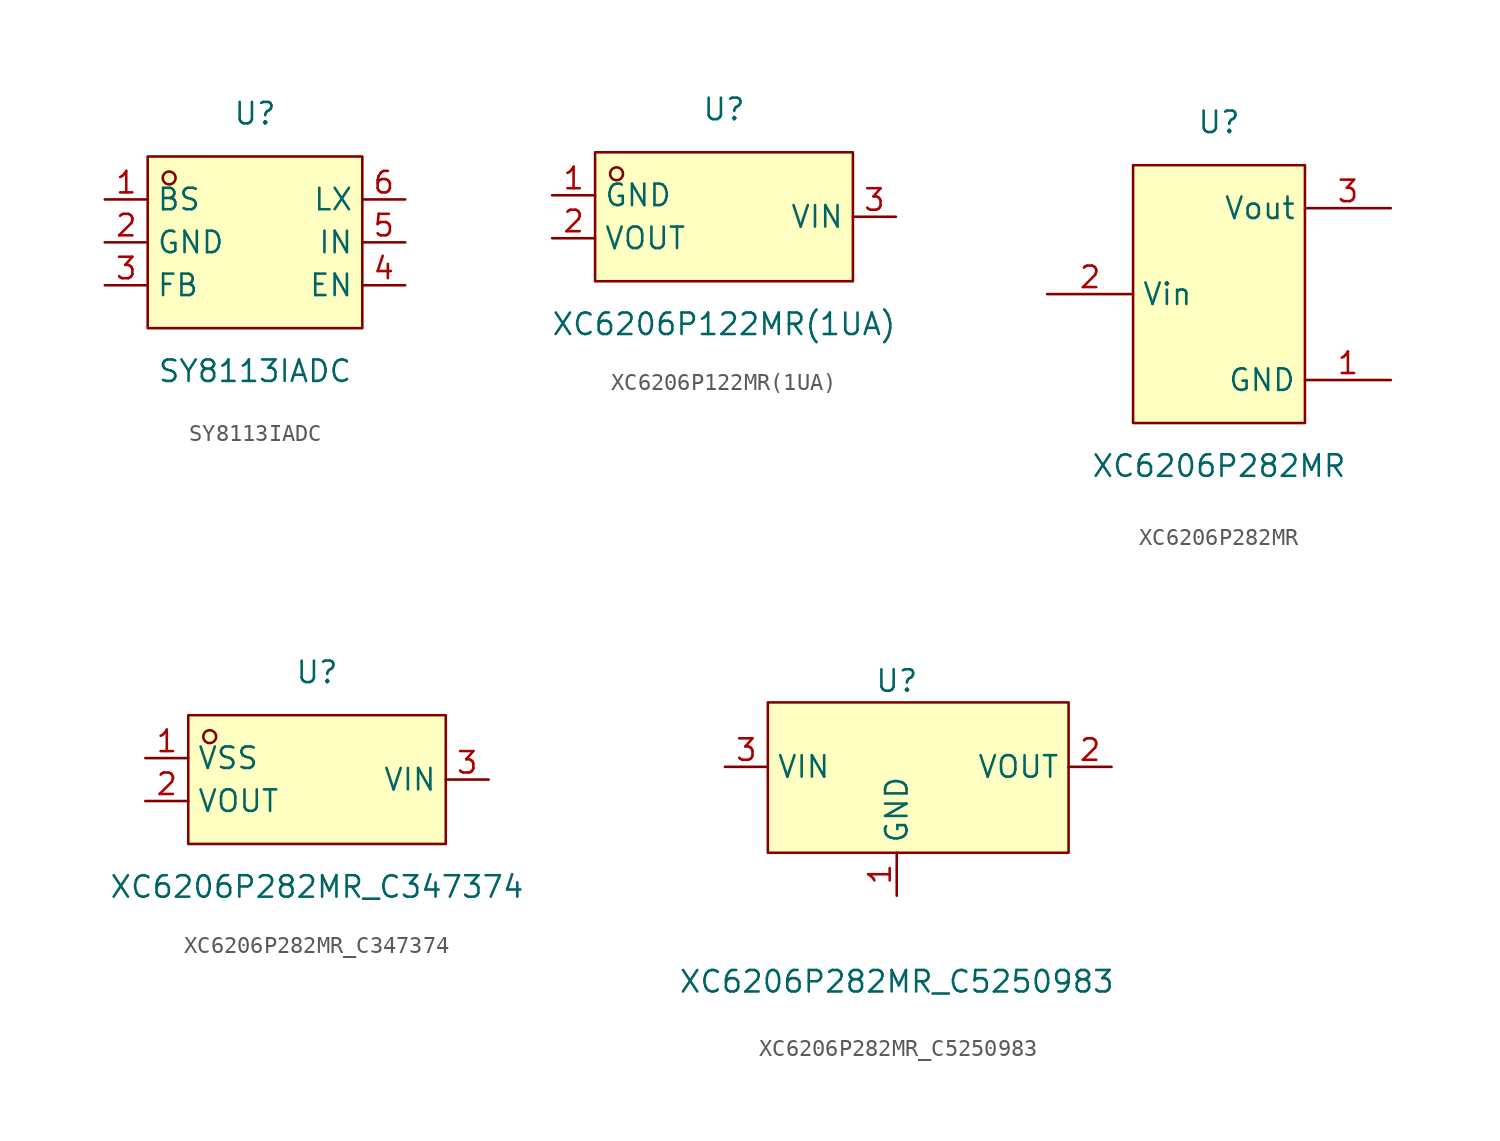
<source format=kicad_sym>
(kicad_symbol_lib
  (version 20211014)
  (generator https://github.com/uPesy/easyeda2kicad.py)
  (symbol "SY8113IADC"
    (property "Reference" "U"
      (at 0 7.62 0)
      (effects (font (size 1.27 1.27))))
    (property "Value" "SY8113IADC"
      (at 0 -7.62 0)
      (effects (font (size 1.27 1.27))))
    (symbol "SY8113IADC_0_1"
      (rectangle (start -6.35 5.08) (end 6.35 -5.08) (stroke (width 0) (type default) (color 0 0 0 0)) (fill (type background)))
      (circle (center -5.08 3.81) (radius 0.38) (stroke (width 0) (type default) (color 0 0 0 0)) (fill (type none)))
      (pin unspecified line (at -8.89 2.54 0) (length 2.54) (name "BS" (effects (font (size 1.27 1.27)))) (number "1" (effects (font (size 1.27 1.27)))))
      (pin unspecified line (at -8.89 -0.00 0) (length 2.54) (name "GND" (effects (font (size 1.27 1.27)))) (number "2" (effects (font (size 1.27 1.27)))))
      (pin unspecified line (at -8.89 -2.54 0) (length 2.54) (name "FB" (effects (font (size 1.27 1.27)))) (number "3" (effects (font (size 1.27 1.27)))))
      (pin unspecified line (at 8.89 -2.54 180) (length 2.54) (name "EN" (effects (font (size 1.27 1.27)))) (number "4" (effects (font (size 1.27 1.27)))))
      (pin unspecified line (at 8.89 -0.00 180) (length 2.54) (name "IN" (effects (font (size 1.27 1.27)))) (number "5" (effects (font (size 1.27 1.27)))))
      (pin unspecified line (at 8.89 2.54 180) (length 2.54) (name "LX" (effects (font (size 1.27 1.27)))) (number "6" (effects (font (size 1.27 1.27)))))))
  (symbol "XC6206P122MR(1UA)"
    (property "Reference" "U"
      (at 0 6.35 0)
      (effects (font (size 1.27 1.27))))
    (property "Value" "XC6206P122MR(1UA)"
      (at 0 -6.35 0)
      (effects (font (size 1.27 1.27))))
    (symbol "XC6206P122MR(1UA)_0_1"
      (rectangle (start -7.62 3.81) (end 7.62 -3.81) (stroke (width 0) (type default) (color 0 0 0 0)) (fill (type background)))
      (circle (center -6.35 2.54) (radius 0.38) (stroke (width 0) (type default) (color 0 0 0 0)) (fill (type none)))
      (pin unspecified line (at -10.16 1.27 0) (length 2.54) (name "GND" (effects (font (size 1.27 1.27)))) (number "1" (effects (font (size 1.27 1.27)))))
      (pin unspecified line (at -10.16 -1.27 0) (length 2.54) (name "VOUT" (effects (font (size 1.27 1.27)))) (number "2" (effects (font (size 1.27 1.27)))))
      (pin unspecified line (at 10.16 -0.00 180) (length 2.54) (name "VIN" (effects (font (size 1.27 1.27)))) (number "3" (effects (font (size 1.27 1.27)))))))
  (symbol "XC6206P282MR"
    (property "Reference" "U"
      (at 0 10.16 0)
      (effects (font (size 1.27 1.27))))
    (property "Value" "XC6206P282MR"
      (at 0 -10.16 0)
      (effects (font (size 1.27 1.27))))
    (symbol "XC6206P282MR_0_1"
      (rectangle (start -5.08 7.62) (end 5.08 -7.62) (stroke (width 0) (type default) (color 0 0 0 0)) (fill (type background)))
      (pin unspecified line (at 10.16 -5.08 180) (length 5.08) (name "GND" (effects (font (size 1.27 1.27)))) (number "1" (effects (font (size 1.27 1.27)))))
      (pin unspecified line (at -10.16 -0.00 0) (length 5.08) (name "Vin" (effects (font (size 1.27 1.27)))) (number "2" (effects (font (size 1.27 1.27)))))
      (pin unspecified line (at 10.16 5.08 180) (length 5.08) (name "Vout" (effects (font (size 1.27 1.27)))) (number "3" (effects (font (size 1.27 1.27)))))))
  (symbol "XC6206P282MR_C347374"
    (property "Reference" "U"
      (at 0 6.35 0)
      (effects (font (size 1.27 1.27))))
    (property "Value" "XC6206P282MR_C347374"
      (at 0 -6.35 0)
      (effects (font (size 1.27 1.27))))
    (symbol "XC6206P282MR_C347374_0_1"
      (rectangle (start -7.62 3.81) (end 7.62 -3.81) (stroke (width 0) (type default) (color 0 0 0 0)) (fill (type background)))
      (circle (center -6.35 2.54) (radius 0.38) (stroke (width 0) (type default) (color 0 0 0 0)) (fill (type none)))
      (pin unspecified line (at -10.16 1.27 0) (length 2.54) (name "VSS" (effects (font (size 1.27 1.27)))) (number "1" (effects (font (size 1.27 1.27)))))
      (pin unspecified line (at -10.16 -1.27 0) (length 2.54) (name "VOUT" (effects (font (size 1.27 1.27)))) (number "2" (effects (font (size 1.27 1.27)))))
      (pin unspecified line (at 10.16 -0.00 180) (length 2.54) (name "VIN" (effects (font (size 1.27 1.27)))) (number "3" (effects (font (size 1.27 1.27)))))))
  (symbol "XC6206P282MR_C5250983"
    (property "Reference" "U"
      (at 0 5.08 0)
      (effects (font (size 1.27 1.27))))
    (property "Value" "XC6206P282MR_C5250983"
      (at 0 -12.70 0)
      (effects (font (size 1.27 1.27))))
    (symbol "XC6206P282MR_C5250983_0_1"
      (rectangle (start -7.62 3.81) (end 10.16 -5.08) (stroke (width 0) (type default) (color 0 0 0 0)) (fill (type background)))
      (pin unspecified line (at 12.70 -0.00 180) (length 2.54) (name "VOUT" (effects (font (size 1.27 1.27)))) (number "2" (effects (font (size 1.27 1.27)))))
      (pin unspecified line (at -10.16 -0.00 0) (length 2.54) (name "VIN" (effects (font (size 1.27 1.27)))) (number "3" (effects (font (size 1.27 1.27)))))
      (pin unspecified line (at 0.00 -7.62 90) (length 2.54) (name "GND" (effects (font (size 1.27 1.27)))) (number "1" (effects (font (size 1.27 1.27))))))))
</source>
